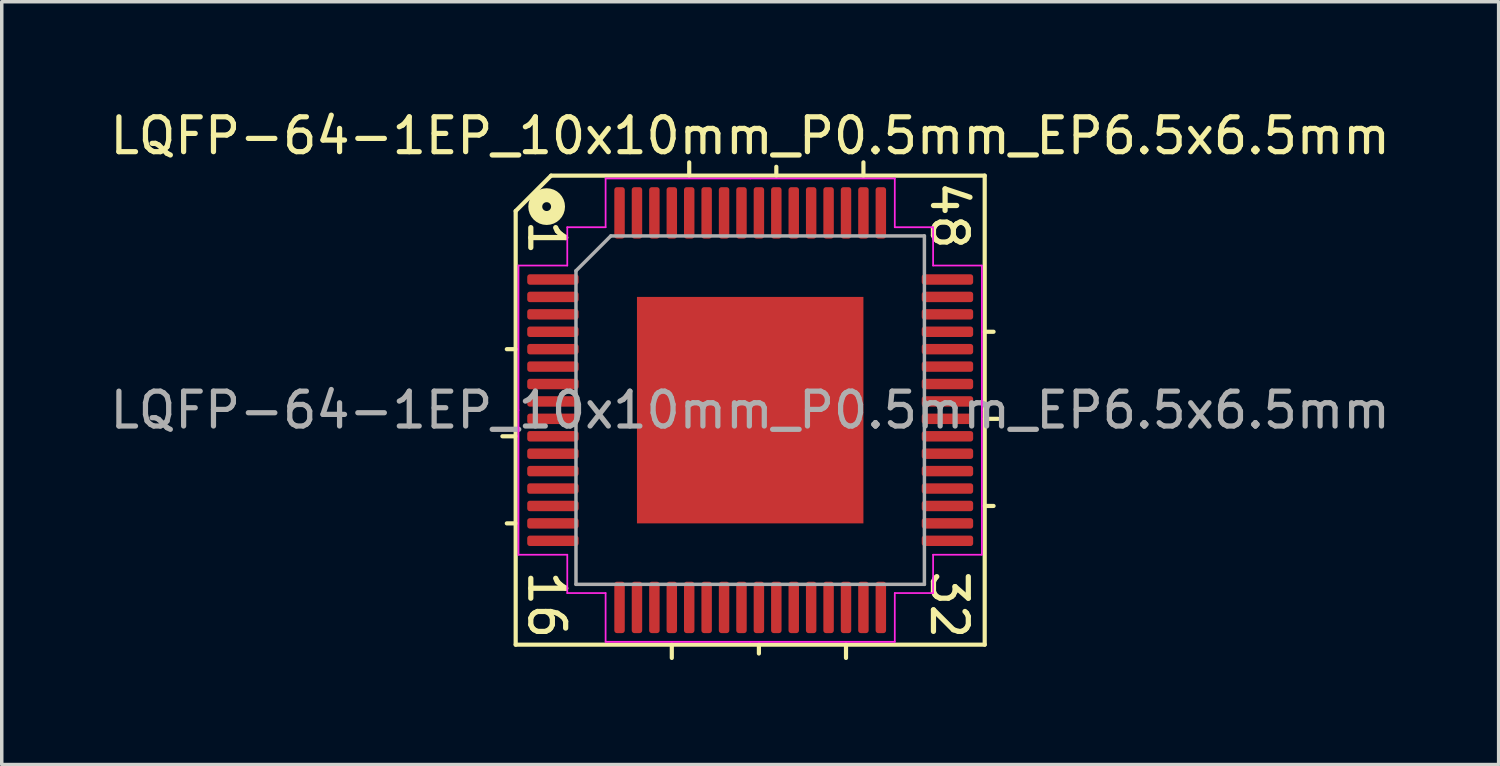
<source format=kicad_pcb>
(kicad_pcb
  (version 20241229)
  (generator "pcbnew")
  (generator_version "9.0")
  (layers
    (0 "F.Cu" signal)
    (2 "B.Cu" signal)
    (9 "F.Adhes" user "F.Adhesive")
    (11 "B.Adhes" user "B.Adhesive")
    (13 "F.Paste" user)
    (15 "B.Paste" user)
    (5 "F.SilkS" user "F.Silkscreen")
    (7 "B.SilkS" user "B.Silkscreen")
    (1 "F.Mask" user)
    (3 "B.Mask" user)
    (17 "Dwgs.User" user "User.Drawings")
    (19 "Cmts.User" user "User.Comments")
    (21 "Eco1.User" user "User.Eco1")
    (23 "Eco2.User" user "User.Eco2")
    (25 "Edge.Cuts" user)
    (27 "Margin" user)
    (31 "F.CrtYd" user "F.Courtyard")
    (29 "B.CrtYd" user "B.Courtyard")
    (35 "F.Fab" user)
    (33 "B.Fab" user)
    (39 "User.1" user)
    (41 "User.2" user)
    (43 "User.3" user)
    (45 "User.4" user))
  (footprint "LQFP-64-1EP_10x10mm_P0.5mm_EP6.5x6.5mm"
    (layer "F.Cu")
    (at 18.482 8.722)
    (property "Reference" "LQFP-64-1EP_10x10mm_P0.5mm_EP6.5x6.5mm" (at 0 -7.874 0) (layer "F.SilkS") (effects (font (size 1 1) (thickness 0.15))))
    (attr smd)
    (fp_line (start -6.731 -5.715) (end -6.731 6.731) (stroke (width 0.12) (type solid)) (layer "F.SilkS"))
    (fp_line (start -6.731 -1.75) (end -6.985 -1.75) (stroke (width 0.12) (type solid)) (layer "F.SilkS"))
    (fp_line (start -6.731 0.75) (end -7.112 0.75) (stroke (width 0.12) (type solid)) (layer "F.SilkS"))
    (fp_line (start -6.731 3.25) (end -6.985 3.25) (stroke (width 0.12) (type solid)) (layer "F.SilkS"))
    (fp_line (start -6.731 6.731) (end 6.731 6.731) (stroke (width 0.12) (type solid)) (layer "F.SilkS"))
    (fp_line (start -5.715 -6.731) (end -6.731 -5.715) (stroke (width 0.12) (type solid)) (layer "F.SilkS"))
    (fp_line (start -2.25 6.731) (end -2.25 7.112) (stroke (width 0.12) (type solid)) (layer "F.SilkS"))
    (fp_line (start -1.75 -6.731) (end -1.75 -7.112) (stroke (width 0.12) (type solid)) (layer "F.SilkS"))
    (fp_line (start 0.25 6.731) (end 0.25 6.985) (stroke (width 0.12) (type solid)) (layer "F.SilkS"))
    (fp_line (start 0.75 -6.731) (end 0.75 -6.985) (stroke (width 0.12) (type solid)) (layer "F.SilkS"))
    (fp_line (start 2.75 7.112) (end 2.75 6.731) (stroke (width 0.12) (type solid)) (layer "F.SilkS"))
    (fp_line (start 3.25 -6.731) (end 3.25 -7.112) (stroke (width 0.12) (type solid)) (layer "F.SilkS"))
    (fp_line (start 6.731 -6.731) (end -5.715 -6.731) (stroke (width 0.12) (type solid)) (layer "F.SilkS"))
    (fp_line (start 6.731 -2.25) (end 6.985 -2.25) (stroke (width 0.12) (type solid)) (layer "F.SilkS"))
    (fp_line (start 6.731 0.25) (end 7.112 0.25) (stroke (width 0.12) (type solid)) (layer "F.SilkS"))
    (fp_line (start 6.731 2.75) (end 6.985 2.75) (stroke (width 0.12) (type solid)) (layer "F.SilkS"))
    (fp_line (start 6.731 6.731) (end 6.731 -6.731) (stroke (width 0.12) (type solid)) (layer "F.SilkS"))
    (fp_circle (center -5.842 -5.842) (end -5.715 -5.842) (stroke (width 0.4) (type solid)) (fill no) (layer "F.SilkS"))
    (fp_line (start -6.65 -4.15) (end -6.65 0) (stroke (width 0.05) (type solid)) (layer "F.CrtYd"))
    (fp_line (start -6.65 4.15) (end -6.65 0) (stroke (width 0.05) (type solid)) (layer "F.CrtYd"))
    (fp_line (start -5.25 -5.25) (end -5.25 -4.15) (stroke (width 0.05) (type solid)) (layer "F.CrtYd"))
    (fp_line (start -5.25 -4.15) (end -6.65 -4.15) (stroke (width 0.05) (type solid)) (layer "F.CrtYd"))
    (fp_line (start -5.25 4.15) (end -6.65 4.15) (stroke (width 0.05) (type solid)) (layer "F.CrtYd"))
    (fp_line (start -5.25 5.25) (end -5.25 4.15) (stroke (width 0.05) (type solid)) (layer "F.CrtYd"))
    (fp_line (start -4.15 -6.65) (end -4.15 -5.25) (stroke (width 0.05) (type solid)) (layer "F.CrtYd"))
    (fp_line (start -4.15 -5.25) (end -5.25 -5.25) (stroke (width 0.05) (type solid)) (layer "F.CrtYd"))
    (fp_line (start -4.15 5.25) (end -5.25 5.25) (stroke (width 0.05) (type solid)) (layer "F.CrtYd"))
    (fp_line (start -4.15 6.65) (end -4.15 5.25) (stroke (width 0.05) (type solid)) (layer "F.CrtYd"))
    (fp_line (start 0 -6.65) (end -4.15 -6.65) (stroke (width 0.05) (type solid)) (layer "F.CrtYd"))
    (fp_line (start 0 -6.65) (end 4.15 -6.65) (stroke (width 0.05) (type solid)) (layer "F.CrtYd"))
    (fp_line (start 0 6.65) (end -4.15 6.65) (stroke (width 0.05) (type solid)) (layer "F.CrtYd"))
    (fp_line (start 0 6.65) (end 4.15 6.65) (stroke (width 0.05) (type solid)) (layer "F.CrtYd"))
    (fp_line (start 4.15 -6.65) (end 4.15 -5.25) (stroke (width 0.05) (type solid)) (layer "F.CrtYd"))
    (fp_line (start 4.15 -5.25) (end 5.25 -5.25) (stroke (width 0.05) (type solid)) (layer "F.CrtYd"))
    (fp_line (start 4.15 5.25) (end 5.25 5.25) (stroke (width 0.05) (type solid)) (layer "F.CrtYd"))
    (fp_line (start 4.15 6.65) (end 4.15 5.25) (stroke (width 0.05) (type solid)) (layer "F.CrtYd"))
    (fp_line (start 5.25 -5.25) (end 5.25 -4.15) (stroke (width 0.05) (type solid)) (layer "F.CrtYd"))
    (fp_line (start 5.25 -4.15) (end 6.65 -4.15) (stroke (width 0.05) (type solid)) (layer "F.CrtYd"))
    (fp_line (start 5.25 4.15) (end 6.65 4.15) (stroke (width 0.05) (type solid)) (layer "F.CrtYd"))
    (fp_line (start 5.25 5.25) (end 5.25 4.15) (stroke (width 0.05) (type solid)) (layer "F.CrtYd"))
    (fp_line (start 6.65 -4.15) (end 6.65 0) (stroke (width 0.05) (type solid)) (layer "F.CrtYd"))
    (fp_line (start 6.65 4.15) (end 6.65 0) (stroke (width 0.05) (type solid)) (layer "F.CrtYd"))
    (fp_line (start -5 -4) (end -4 -5) (stroke (width 0.1) (type solid)) (layer "F.Fab"))
    (fp_line (start -5 5) (end -5 -4) (stroke (width 0.1) (type solid)) (layer "F.Fab"))
    (fp_line (start -4 -5) (end 5 -5) (stroke (width 0.1) (type solid)) (layer "F.Fab"))
    (fp_line (start 5 -5) (end 5 5) (stroke (width 0.1) (type solid)) (layer "F.Fab"))
    (fp_line (start 5 5) (end -5 5) (stroke (width 0.1) (type solid)) (layer "F.Fab"))
    (fp_text user "1" (at -5.842 -4.953 270) (unlocked yes) (layer "F.SilkS") (effects (font (size 1 1) (thickness 0.15))))
    (fp_text user "16" (at -5.842 5.588 270) (unlocked yes) (layer "F.SilkS") (effects (font (size 1 1) (thickness 0.15))))
    (fp_text user "32" (at 5.715 5.588 270) (unlocked yes) (layer "F.SilkS") (effects (font (size 1 1) (thickness 0.15))))
    (fp_text user "48" (at 5.715 -5.588 270) (unlocked yes) (layer "F.SilkS") (effects (font (size 1 1) (thickness 0.15))))
    (fp_text user "${REFERENCE}" (at 0 0 0) (layer "F.Fab") (effects (font (size 1 1) (thickness 0.15))))
    (pad "" smd roundrect (at -2.6 -2.6) (size 1.05 1.05) (layers "F.Paste") (roundrect_rratio 0.238))
    (pad "" smd roundrect (at -2.6 -1.3) (size 1.05 1.05) (layers "F.Paste") (roundrect_rratio 0.238))
    (pad "" smd roundrect (at -2.6 0) (size 1.05 1.05) (layers "F.Paste") (roundrect_rratio 0.238))
    (pad "" smd roundrect (at -2.6 1.3) (size 1.05 1.05) (layers "F.Paste") (roundrect_rratio 0.238))
    (pad "" smd roundrect (at -2.6 2.6) (size 1.05 1.05) (layers "F.Paste") (roundrect_rratio 0.238))
    (pad "" smd roundrect (at -1.3 -2.6) (size 1.05 1.05) (layers "F.Paste") (roundrect_rratio 0.238))
    (pad "" smd roundrect (at -1.3 -1.3) (size 1.05 1.05) (layers "F.Paste") (roundrect_rratio 0.238))
    (pad "" smd roundrect (at -1.3 0) (size 1.05 1.05) (layers "F.Paste") (roundrect_rratio 0.238))
    (pad "" smd roundrect (at -1.3 1.3) (size 1.05 1.05) (layers "F.Paste") (roundrect_rratio 0.238))
    (pad "" smd roundrect (at -1.3 2.6) (size 1.05 1.05) (layers "F.Paste") (roundrect_rratio 0.238))
    (pad "" smd roundrect (at 0 -2.6) (size 1.05 1.05) (layers "F.Paste") (roundrect_rratio 0.238))
    (pad "" smd roundrect (at 0 -1.3) (size 1.05 1.05) (layers "F.Paste") (roundrect_rratio 0.238))
    (pad "" smd roundrect (at 0 0) (size 1.05 1.05) (layers "F.Paste") (roundrect_rratio 0.238))
    (pad "" smd roundrect (at 0 1.3) (size 1.05 1.05) (layers "F.Paste") (roundrect_rratio 0.238))
    (pad "" smd roundrect (at 0 2.6) (size 1.05 1.05) (layers "F.Paste") (roundrect_rratio 0.238))
    (pad "" smd roundrect (at 1.3 -2.6) (size 1.05 1.05) (layers "F.Paste") (roundrect_rratio 0.238))
    (pad "" smd roundrect (at 1.3 -1.3) (size 1.05 1.05) (layers "F.Paste") (roundrect_rratio 0.238))
    (pad "" smd roundrect (at 1.3 0) (size 1.05 1.05) (layers "F.Paste") (roundrect_rratio 0.238))
    (pad "" smd roundrect (at 1.3 1.3) (size 1.05 1.05) (layers "F.Paste") (roundrect_rratio 0.238))
    (pad "" smd roundrect (at 1.3 2.6) (size 1.05 1.05) (layers "F.Paste") (roundrect_rratio 0.238))
    (pad "" smd roundrect (at 2.6 -2.6) (size 1.05 1.05) (layers "F.Paste") (roundrect_rratio 0.238))
    (pad "" smd roundrect (at 2.6 -1.3) (size 1.05 1.05) (layers "F.Paste") (roundrect_rratio 0.238))
    (pad "" smd roundrect (at 2.6 0) (size 1.05 1.05) (layers "F.Paste") (roundrect_rratio 0.238))
    (pad "" smd roundrect (at 2.6 1.3) (size 1.05 1.05) (layers "F.Paste") (roundrect_rratio 0.238))
    (pad "" smd roundrect (at 2.6 2.6) (size 1.05 1.05) (layers "F.Paste") (roundrect_rratio 0.238))
    (pad "1" smd roundrect (at -5.662 -3.75) (size 1.475 0.3) (layers "F.Cu" "F.Mask" "F.Paste") (roundrect_rratio 0.25))
    (pad "2" smd roundrect (at -5.662 -3.25) (size 1.475 0.3) (layers "F.Cu" "F.Mask" "F.Paste") (roundrect_rratio 0.25))
    (pad "3" smd roundrect (at -5.662 -2.75) (size 1.475 0.3) (layers "F.Cu" "F.Mask" "F.Paste") (roundrect_rratio 0.25))
    (pad "4" smd roundrect (at -5.662 -2.25) (size 1.475 0.3) (layers "F.Cu" "F.Mask" "F.Paste") (roundrect_rratio 0.25))
    (pad "5" smd roundrect (at -5.662 -1.75) (size 1.475 0.3) (layers "F.Cu" "F.Mask" "F.Paste") (roundrect_rratio 0.25))
    (pad "6" smd roundrect (at -5.662 -1.25) (size 1.475 0.3) (layers "F.Cu" "F.Mask" "F.Paste") (roundrect_rratio 0.25))
    (pad "7" smd roundrect (at -5.662 -0.75) (size 1.475 0.3) (layers "F.Cu" "F.Mask" "F.Paste") (roundrect_rratio 0.25))
    (pad "8" smd roundrect (at -5.662 -0.25) (size 1.475 0.3) (layers "F.Cu" "F.Mask" "F.Paste") (roundrect_rratio 0.25))
    (pad "9" smd roundrect (at -5.662 0.25) (size 1.475 0.3) (layers "F.Cu" "F.Mask" "F.Paste") (roundrect_rratio 0.25))
    (pad "10" smd roundrect (at -5.662 0.75) (size 1.475 0.3) (layers "F.Cu" "F.Mask" "F.Paste") (roundrect_rratio 0.25))
    (pad "11" smd roundrect (at -5.662 1.25) (size 1.475 0.3) (layers "F.Cu" "F.Mask" "F.Paste") (roundrect_rratio 0.25))
    (pad "12" smd roundrect (at -5.662 1.75) (size 1.475 0.3) (layers "F.Cu" "F.Mask" "F.Paste") (roundrect_rratio 0.25))
    (pad "13" smd roundrect (at -5.662 2.25) (size 1.475 0.3) (layers "F.Cu" "F.Mask" "F.Paste") (roundrect_rratio 0.25))
    (pad "14" smd roundrect (at -5.662 2.75) (size 1.475 0.3) (layers "F.Cu" "F.Mask" "F.Paste") (roundrect_rratio 0.25))
    (pad "15" smd roundrect (at -5.662 3.25) (size 1.475 0.3) (layers "F.Cu" "F.Mask" "F.Paste") (roundrect_rratio 0.25))
    (pad "16" smd roundrect (at -5.662 3.75) (size 1.475 0.3) (layers "F.Cu" "F.Mask" "F.Paste") (roundrect_rratio 0.25))
    (pad "17" smd roundrect (at -3.75 5.662) (size 0.3 1.475) (layers "F.Cu" "F.Mask" "F.Paste") (roundrect_rratio 0.25))
    (pad "18" smd roundrect (at -3.25 5.662) (size 0.3 1.475) (layers "F.Cu" "F.Mask" "F.Paste") (roundrect_rratio 0.25))
    (pad "19" smd roundrect (at -2.75 5.662) (size 0.3 1.475) (layers "F.Cu" "F.Mask" "F.Paste") (roundrect_rratio 0.25))
    (pad "20" smd roundrect (at -2.25 5.662) (size 0.3 1.475) (layers "F.Cu" "F.Mask" "F.Paste") (roundrect_rratio 0.25))
    (pad "21" smd roundrect (at -1.75 5.662) (size 0.3 1.475) (layers "F.Cu" "F.Mask" "F.Paste") (roundrect_rratio 0.25))
    (pad "22" smd roundrect (at -1.25 5.662) (size 0.3 1.475) (layers "F.Cu" "F.Mask" "F.Paste") (roundrect_rratio 0.25))
    (pad "23" smd roundrect (at -0.75 5.662) (size 0.3 1.475) (layers "F.Cu" "F.Mask" "F.Paste") (roundrect_rratio 0.25))
    (pad "24" smd roundrect (at -0.25 5.662) (size 0.3 1.475) (layers "F.Cu" "F.Mask" "F.Paste") (roundrect_rratio 0.25))
    (pad "25" smd roundrect (at 0.25 5.662) (size 0.3 1.475) (layers "F.Cu" "F.Mask" "F.Paste") (roundrect_rratio 0.25))
    (pad "26" smd roundrect (at 0.75 5.662) (size 0.3 1.475) (layers "F.Cu" "F.Mask" "F.Paste") (roundrect_rratio 0.25))
    (pad "27" smd roundrect (at 1.25 5.662) (size 0.3 1.475) (layers "F.Cu" "F.Mask" "F.Paste") (roundrect_rratio 0.25))
    (pad "28" smd roundrect (at 1.75 5.662) (size 0.3 1.475) (layers "F.Cu" "F.Mask" "F.Paste") (roundrect_rratio 0.25))
    (pad "29" smd roundrect (at 2.25 5.662) (size 0.3 1.475) (layers "F.Cu" "F.Mask" "F.Paste") (roundrect_rratio 0.25))
    (pad "30" smd roundrect (at 2.75 5.662) (size 0.3 1.475) (layers "F.Cu" "F.Mask" "F.Paste") (roundrect_rratio 0.25))
    (pad "31" smd roundrect (at 3.25 5.662) (size 0.3 1.475) (layers "F.Cu" "F.Mask" "F.Paste") (roundrect_rratio 0.25))
    (pad "32" smd roundrect (at 3.75 5.662) (size 0.3 1.475) (layers "F.Cu" "F.Mask" "F.Paste") (roundrect_rratio 0.25))
    (pad "33" smd roundrect (at 5.662 3.75) (size 1.475 0.3) (layers "F.Cu" "F.Mask" "F.Paste") (roundrect_rratio 0.25))
    (pad "34" smd roundrect (at 5.662 3.25) (size 1.475 0.3) (layers "F.Cu" "F.Mask" "F.Paste") (roundrect_rratio 0.25))
    (pad "35" smd roundrect (at 5.662 2.75) (size 1.475 0.3) (layers "F.Cu" "F.Mask" "F.Paste") (roundrect_rratio 0.25))
    (pad "36" smd roundrect (at 5.662 2.25) (size 1.475 0.3) (layers "F.Cu" "F.Mask" "F.Paste") (roundrect_rratio 0.25))
    (pad "37" smd roundrect (at 5.662 1.75) (size 1.475 0.3) (layers "F.Cu" "F.Mask" "F.Paste") (roundrect_rratio 0.25))
    (pad "38" smd roundrect (at 5.662 1.25) (size 1.475 0.3) (layers "F.Cu" "F.Mask" "F.Paste") (roundrect_rratio 0.25))
    (pad "39" smd roundrect (at 5.662 0.75) (size 1.475 0.3) (layers "F.Cu" "F.Mask" "F.Paste") (roundrect_rratio 0.25))
    (pad "40" smd roundrect (at 5.662 0.25) (size 1.475 0.3) (layers "F.Cu" "F.Mask" "F.Paste") (roundrect_rratio 0.25))
    (pad "41" smd roundrect (at 5.662 -0.25) (size 1.475 0.3) (layers "F.Cu" "F.Mask" "F.Paste") (roundrect_rratio 0.25))
    (pad "42" smd roundrect (at 5.662 -0.75) (size 1.475 0.3) (layers "F.Cu" "F.Mask" "F.Paste") (roundrect_rratio 0.25))
    (pad "43" smd roundrect (at 5.662 -1.25) (size 1.475 0.3) (layers "F.Cu" "F.Mask" "F.Paste") (roundrect_rratio 0.25))
    (pad "44" smd roundrect (at 5.662 -1.75) (size 1.475 0.3) (layers "F.Cu" "F.Mask" "F.Paste") (roundrect_rratio 0.25))
    (pad "45" smd roundrect (at 5.662 -2.25) (size 1.475 0.3) (layers "F.Cu" "F.Mask" "F.Paste") (roundrect_rratio 0.25))
    (pad "46" smd roundrect (at 5.662 -2.75) (size 1.475 0.3) (layers "F.Cu" "F.Mask" "F.Paste") (roundrect_rratio 0.25))
    (pad "47" smd roundrect (at 5.662 -3.25) (size 1.475 0.3) (layers "F.Cu" "F.Mask" "F.Paste") (roundrect_rratio 0.25))
    (pad "48" smd roundrect (at 5.662 -3.75) (size 1.475 0.3) (layers "F.Cu" "F.Mask" "F.Paste") (roundrect_rratio 0.25))
    (pad "49" smd roundrect (at 3.75 -5.662) (size 0.3 1.475) (layers "F.Cu" "F.Mask" "F.Paste") (roundrect_rratio 0.25))
    (pad "50" smd roundrect (at 3.25 -5.662) (size 0.3 1.475) (layers "F.Cu" "F.Mask" "F.Paste") (roundrect_rratio 0.25))
    (pad "51" smd roundrect (at 2.75 -5.662) (size 0.3 1.475) (layers "F.Cu" "F.Mask" "F.Paste") (roundrect_rratio 0.25))
    (pad "52" smd roundrect (at 2.25 -5.662) (size 0.3 1.475) (layers "F.Cu" "F.Mask" "F.Paste") (roundrect_rratio 0.25))
    (pad "53" smd roundrect (at 1.75 -5.662) (size 0.3 1.475) (layers "F.Cu" "F.Mask" "F.Paste") (roundrect_rratio 0.25))
    (pad "54" smd roundrect (at 1.25 -5.662) (size 0.3 1.475) (layers "F.Cu" "F.Mask" "F.Paste") (roundrect_rratio 0.25))
    (pad "55" smd roundrect (at 0.75 -5.662) (size 0.3 1.475) (layers "F.Cu" "F.Mask" "F.Paste") (roundrect_rratio 0.25))
    (pad "56" smd roundrect (at 0.25 -5.662) (size 0.3 1.475) (layers "F.Cu" "F.Mask" "F.Paste") (roundrect_rratio 0.25))
    (pad "57" smd roundrect (at -0.25 -5.662) (size 0.3 1.475) (layers "F.Cu" "F.Mask" "F.Paste") (roundrect_rratio 0.25))
    (pad "58" smd roundrect (at -0.75 -5.662) (size 0.3 1.475) (layers "F.Cu" "F.Mask" "F.Paste") (roundrect_rratio 0.25))
    (pad "59" smd roundrect (at -1.25 -5.662) (size 0.3 1.475) (layers "F.Cu" "F.Mask" "F.Paste") (roundrect_rratio 0.25))
    (pad "60" smd roundrect (at -1.75 -5.662) (size 0.3 1.475) (layers "F.Cu" "F.Mask" "F.Paste") (roundrect_rratio 0.25))
    (pad "61" smd roundrect (at -2.25 -5.662) (size 0.3 1.475) (layers "F.Cu" "F.Mask" "F.Paste") (roundrect_rratio 0.25))
    (pad "62" smd roundrect (at -2.75 -5.662) (size 0.3 1.475) (layers "F.Cu" "F.Mask" "F.Paste") (roundrect_rratio 0.25))
    (pad "63" smd roundrect (at -3.25 -5.662) (size 0.3 1.475) (layers "F.Cu" "F.Mask" "F.Paste") (roundrect_rratio 0.25))
    (pad "64" smd roundrect (at -3.75 -5.662) (size 0.3 1.475) (layers "F.Cu" "F.Mask" "F.Paste") (roundrect_rratio 0.25))
    (pad "65" smd rect (at 0 0) (size 6.5 6.5) (layers "F.Cu" "F.Mask")))
  (gr_rect
    (start -3 -3)
    (end 39.964 18.894)
    (stroke (width 0.1) (type default))
    (fill no)
    (layer "Edge.Cuts")))
</source>
